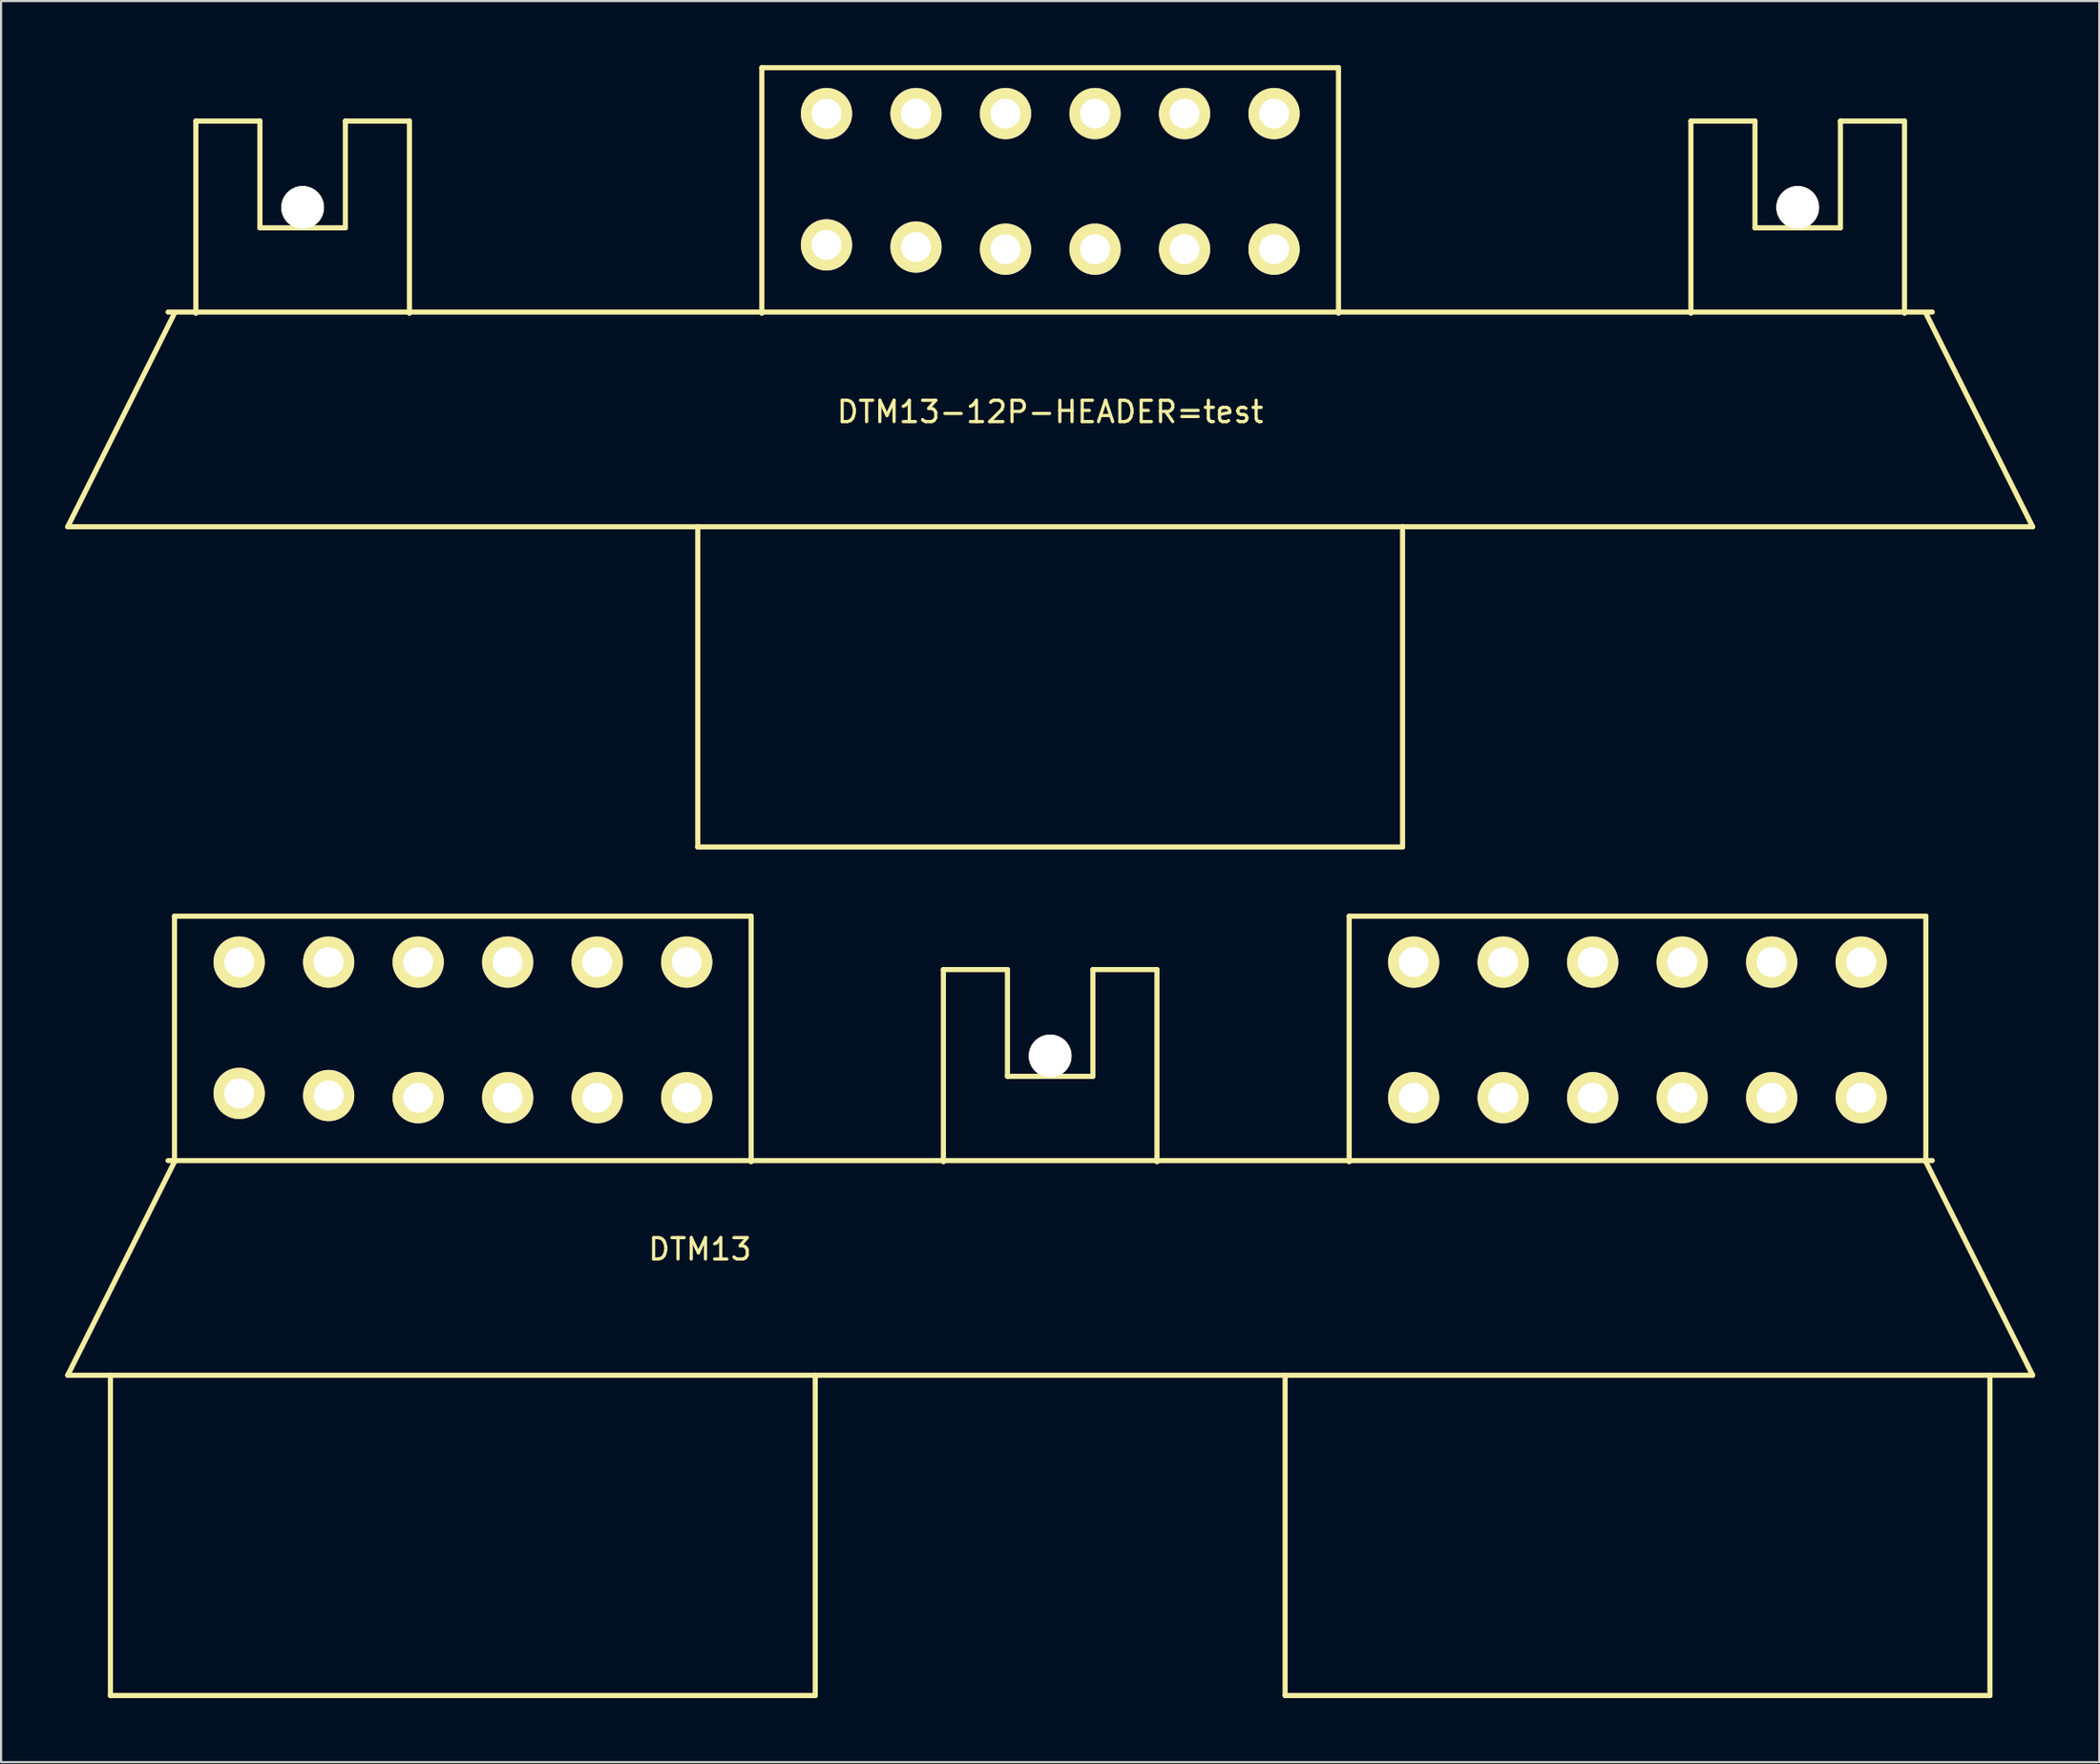
<source format=kicad_pcb>
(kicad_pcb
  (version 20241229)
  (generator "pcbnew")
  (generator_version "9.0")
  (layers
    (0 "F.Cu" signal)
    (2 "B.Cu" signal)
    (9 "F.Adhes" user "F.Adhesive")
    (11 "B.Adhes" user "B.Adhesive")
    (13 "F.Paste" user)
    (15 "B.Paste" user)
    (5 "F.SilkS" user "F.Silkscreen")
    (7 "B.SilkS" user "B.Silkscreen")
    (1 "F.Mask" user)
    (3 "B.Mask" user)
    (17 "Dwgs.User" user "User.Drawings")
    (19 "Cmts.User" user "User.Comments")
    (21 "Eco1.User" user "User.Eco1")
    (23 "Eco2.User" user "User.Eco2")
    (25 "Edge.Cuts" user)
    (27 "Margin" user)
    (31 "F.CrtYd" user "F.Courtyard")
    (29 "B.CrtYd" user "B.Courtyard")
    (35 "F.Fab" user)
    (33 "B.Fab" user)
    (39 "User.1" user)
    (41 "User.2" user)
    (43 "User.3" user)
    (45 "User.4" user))
  (footprint "DTM13"
    (layer "F.Cu")
    (at 46.12 48.36)
    (property "Reference" "DTM13" (at -16.4 7.1 0) (layer "F.SilkS") (effects (font (size 1 1) (thickness 0.15))))
    (attr through_hole)
    (fp_line (start -46 13) (end 46 13) (stroke (width 0.24) (type solid)) (layer "F.SilkS"))
    (fp_line (start -44 13) (end -44 28) (stroke (width 0.24) (type solid)) (layer "F.SilkS"))
    (fp_line (start -44 28) (end -11 28) (stroke (width 0.24) (type solid)) (layer "F.SilkS"))
    (fp_line (start -41.3 2.946) (end 41.3 2.946) (stroke (width 0.24) (type solid)) (layer "F.SilkS"))
    (fp_line (start -41 -8.5) (end -14 -8.5) (stroke (width 0.24) (type solid)) (layer "F.SilkS"))
    (fp_line (start -41 3) (end -46 13) (stroke (width 0.24) (type solid)) (layer "F.SilkS"))
    (fp_line (start -41 3) (end -41 -8.5) (stroke (width 0.24) (type solid)) (layer "F.SilkS"))
    (fp_line (start -14 -8.5) (end -14 3) (stroke (width 0.24) (type solid)) (layer "F.SilkS"))
    (fp_line (start -11 28) (end -11 13) (stroke (width 0.24) (type solid)) (layer "F.SilkS"))
    (fp_line (start -5 -6) (end -2 -6) (stroke (width 0.24) (type solid)) (layer "F.SilkS"))
    (fp_line (start -5 3) (end -5 -6) (stroke (width 0.24) (type solid)) (layer "F.SilkS"))
    (fp_line (start -2 -6) (end -2 -1) (stroke (width 0.24) (type solid)) (layer "F.SilkS"))
    (fp_line (start -2 -1) (end 2 -1) (stroke (width 0.24) (type solid)) (layer "F.SilkS"))
    (fp_line (start 2 -6) (end 5 -6) (stroke (width 0.24) (type solid)) (layer "F.SilkS"))
    (fp_line (start 2 -1) (end 2 -6) (stroke (width 0.24) (type solid)) (layer "F.SilkS"))
    (fp_line (start 5 -6) (end 5 3) (stroke (width 0.24) (type solid)) (layer "F.SilkS"))
    (fp_line (start 11 28) (end 11 13) (stroke (width 0.24) (type solid)) (layer "F.SilkS"))
    (fp_line (start 14 -8.5) (end 14 3) (stroke (width 0.24) (type solid)) (layer "F.SilkS"))
    (fp_line (start 41 -8.5) (end 14 -8.5) (stroke (width 0.24) (type solid)) (layer "F.SilkS"))
    (fp_line (start 41 3) (end 41 -8.5) (stroke (width 0.24) (type solid)) (layer "F.SilkS"))
    (fp_line (start 44 13) (end 44 28) (stroke (width 0.24) (type solid)) (layer "F.SilkS"))
    (fp_line (start 44 28) (end 11 28) (stroke (width 0.24) (type solid)) (layer "F.SilkS"))
    (fp_line (start 46 13) (end 41 3) (stroke (width 0.24) (type solid)) (layer "F.SilkS"))
    (pad "" np_thru_hole circle (at 0 -1.956) (size 2 2) (drill 2) (layers "*.Cu" "*.Mask" "F.SilkS"))
    (pad "1-1" thru_hole circle (at -17.018 0) (size 2.4 2.4) (drill 1.4) (layers "*.Cu" "*.Mask" "F.SilkS"))
    (pad "1-2" thru_hole circle (at -21.209 0) (size 2.4 2.4) (drill 1.4) (layers "*.Cu" "*.Mask" "F.SilkS"))
    (pad "1-3" thru_hole circle (at -25.4 0) (size 2.4 2.4) (drill 1.4) (layers "*.Cu" "*.Mask" "F.SilkS"))
    (pad "1-4" thru_hole circle (at -29.591 0) (size 2.4 2.4) (drill 1.4) (layers "*.Cu" "*.Mask" "F.SilkS"))
    (pad "1-5" thru_hole circle (at -33.782 -0.1) (size 2.4 2.4) (drill 1.4) (layers "*.Cu" "*.Mask" "F.SilkS"))
    (pad "1-6" thru_hole circle (at -37.973 -0.2) (size 2.4 2.4) (drill 1.4) (layers "*.Cu" "*.Mask" "F.SilkS"))
    (pad "1-7" thru_hole circle (at -37.973 -6.35) (size 2.4 2.4) (drill 1.4) (layers "*.Cu" "*.Mask" "F.SilkS"))
    (pad "1-8" thru_hole circle (at -33.782 -6.35) (size 2.4 2.4) (drill 1.4) (layers "*.Cu" "*.Mask" "F.SilkS"))
    (pad "1-9" thru_hole circle (at -29.591 -6.35) (size 2.4 2.4) (drill 1.4) (layers "*.Cu" "*.Mask" "F.SilkS"))
    (pad "1-10" thru_hole circle (at -25.4 -6.35) (size 2.4 2.4) (drill 1.4) (layers "*.Cu" "*.Mask" "F.SilkS"))
    (pad "1-11" thru_hole circle (at -21.209 -6.35) (size 2.4 2.4) (drill 1.4) (layers "*.Cu" "*.Mask" "F.SilkS"))
    (pad "1-12" thru_hole circle (at -17.018 -6.35) (size 2.4 2.4) (drill 1.4) (layers "*.Cu" "*.Mask" "F.SilkS"))
    (pad "2-1" thru_hole circle (at 17.018 -6.35) (size 2.4 2.4) (drill 1.4) (layers "*.Cu" "*.Mask" "F.SilkS"))
    (pad "2-2" thru_hole circle (at 21.209 -6.35) (size 2.4 2.4) (drill 1.4) (layers "*.Cu" "*.Mask" "F.SilkS"))
    (pad "2-3" thru_hole circle (at 25.4 -6.35) (size 2.4 2.4) (drill 1.4) (layers "*.Cu" "*.Mask" "F.SilkS"))
    (pad "2-4" thru_hole circle (at 29.591 -6.35) (size 2.4 2.4) (drill 1.4) (layers "*.Cu" "*.Mask" "F.SilkS"))
    (pad "2-5" thru_hole circle (at 33.782 -6.35) (size 2.4 2.4) (drill 1.4) (layers "*.Cu" "*.Mask" "F.SilkS"))
    (pad "2-6" thru_hole circle (at 37.973 -6.35) (size 2.4 2.4) (drill 1.4) (layers "*.Cu" "*.Mask" "F.SilkS"))
    (pad "2-7" thru_hole circle (at 37.973 0) (size 2.4 2.4) (drill 1.4) (layers "*.Cu" "*.Mask" "F.SilkS"))
    (pad "2-8" thru_hole circle (at 33.782 0) (size 2.4 2.4) (drill 1.4) (layers "*.Cu" "*.Mask" "F.SilkS"))
    (pad "2-9" thru_hole circle (at 29.591 0) (size 2.4 2.4) (drill 1.4) (layers "*.Cu" "*.Mask" "F.SilkS"))
    (pad "2-10" thru_hole circle (at 25.4 0) (size 2.4 2.4) (drill 1.4) (layers "*.Cu" "*.Mask" "F.SilkS"))
    (pad "2-11" thru_hole circle (at 21.209 0) (size 2.4 2.4) (drill 1.4) (layers "*.Cu" "*.Mask" "F.SilkS"))
    (pad "2-12" thru_hole circle (at 17.018 0) (size 2.4 2.4) (drill 1.4) (layers "*.Cu" "*.Mask" "F.SilkS")))
  (footprint "DTM13-12P-HEADER=test"
    (layer "F.Cu")
    (at 46.12 8.62)
    (property "Reference" "DTM13-12P-HEADER=test" (at 0 7.62 0) (layer "F.SilkS") (effects (font (size 1 1) (thickness 0.15))))
    (attr through_hole)
    (fp_line (start -46 13) (end 46 13) (stroke (width 0.24) (type solid)) (layer "F.SilkS"))
    (fp_line (start -41.3 2.946) (end 41.3 2.946) (stroke (width 0.24) (type solid)) (layer "F.SilkS"))
    (fp_line (start -41 3) (end -46 13) (stroke (width 0.24) (type solid)) (layer "F.SilkS"))
    (fp_line (start -40 -6) (end -37 -6) (stroke (width 0.24) (type solid)) (layer "F.SilkS"))
    (fp_line (start -40 3) (end -40 -6) (stroke (width 0.24) (type solid)) (layer "F.SilkS"))
    (fp_line (start -37 -6) (end -37 -1) (stroke (width 0.24) (type solid)) (layer "F.SilkS"))
    (fp_line (start -37 -1) (end -33 -1) (stroke (width 0.24) (type solid)) (layer "F.SilkS"))
    (fp_line (start -33 -6) (end -30 -6) (stroke (width 0.24) (type solid)) (layer "F.SilkS"))
    (fp_line (start -33 -1) (end -33 -6) (stroke (width 0.24) (type solid)) (layer "F.SilkS"))
    (fp_line (start -30 -6) (end -30 3) (stroke (width 0.24) (type solid)) (layer "F.SilkS"))
    (fp_line (start -16.5 13) (end -16.5 28) (stroke (width 0.24) (type solid)) (layer "F.SilkS"))
    (fp_line (start -16.5 28) (end 16.5 28) (stroke (width 0.24) (type solid)) (layer "F.SilkS"))
    (fp_line (start -13.5 -8.5) (end 13.5 -8.5) (stroke (width 0.24) (type solid)) (layer "F.SilkS"))
    (fp_line (start -13.5 3) (end -13.5 -8.5) (stroke (width 0.24) (type solid)) (layer "F.SilkS"))
    (fp_line (start 13.5 -8.5) (end 13.5 3) (stroke (width 0.24) (type solid)) (layer "F.SilkS"))
    (fp_line (start 16.5 28) (end 16.5 13) (stroke (width 0.24) (type solid)) (layer "F.SilkS"))
    (fp_line (start 30 -6) (end 33 -6) (stroke (width 0.24) (type solid)) (layer "F.SilkS"))
    (fp_line (start 30 3) (end 30 -6) (stroke (width 0.24) (type solid)) (layer "F.SilkS"))
    (fp_line (start 33 -6) (end 33 -1) (stroke (width 0.24) (type solid)) (layer "F.SilkS"))
    (fp_line (start 33 -1) (end 37 -1) (stroke (width 0.24) (type solid)) (layer "F.SilkS"))
    (fp_line (start 37 -6) (end 40 -6) (stroke (width 0.24) (type solid)) (layer "F.SilkS"))
    (fp_line (start 37 -1) (end 37 -6) (stroke (width 0.24) (type solid)) (layer "F.SilkS"))
    (fp_line (start 40 -6) (end 40 3) (stroke (width 0.24) (type solid)) (layer "F.SilkS"))
    (fp_line (start 46 13) (end 41 3) (stroke (width 0.24) (type solid)) (layer "F.SilkS"))
    (pad "" np_thru_hole circle (at -35 -1.956) (size 2 2) (drill 2) (layers "*.Cu" "*.Mask" "F.SilkS"))
    (pad "" np_thru_hole circle (at 35 -1.956) (size 2 2) (drill 2) (layers "*.Cu" "*.Mask" "F.SilkS"))
    (pad "1" thru_hole circle (at 10.482 0) (size 2.4 2.4) (drill 1.4) (layers "*.Cu" "*.Mask" "F.SilkS"))
    (pad "2" thru_hole circle (at 6.291 0) (size 2.4 2.4) (drill 1.4) (layers "*.Cu" "*.Mask" "F.SilkS"))
    (pad "3" thru_hole circle (at 2.1 0) (size 2.4 2.4) (drill 1.4) (layers "*.Cu" "*.Mask" "F.SilkS"))
    (pad "4" thru_hole circle (at -2.091 0) (size 2.4 2.4) (drill 1.4) (layers "*.Cu" "*.Mask" "F.SilkS"))
    (pad "5" thru_hole circle (at -6.282 -0.1) (size 2.4 2.4) (drill 1.4) (layers "*.Cu" "*.Mask" "F.SilkS"))
    (pad "6" thru_hole circle (at -10.473 -0.2) (size 2.4 2.4) (drill 1.4) (layers "*.Cu" "*.Mask" "F.SilkS"))
    (pad "7" thru_hole circle (at -10.473 -6.35) (size 2.4 2.4) (drill 1.4) (layers "*.Cu" "*.Mask" "F.SilkS"))
    (pad "8" thru_hole circle (at -6.282 -6.35) (size 2.4 2.4) (drill 1.4) (layers "*.Cu" "*.Mask" "F.SilkS"))
    (pad "9" thru_hole circle (at -2.091 -6.35) (size 2.4 2.4) (drill 1.4) (layers "*.Cu" "*.Mask" "F.SilkS"))
    (pad "10" thru_hole circle (at 2.1 -6.35) (size 2.4 2.4) (drill 1.4) (layers "*.Cu" "*.Mask" "F.SilkS"))
    (pad "11" thru_hole circle (at 6.291 -6.35) (size 2.4 2.4) (drill 1.4) (layers "*.Cu" "*.Mask" "F.SilkS"))
    (pad "12" thru_hole circle (at 10.482 -6.35) (size 2.4 2.4) (drill 1.4) (layers "*.Cu" "*.Mask" "F.SilkS")))
  (gr_rect
    (start -3 -3)
    (end 95.24 79.48)
    (stroke (width 0.1) (type default))
    (fill no)
    (layer "Edge.Cuts")))
</source>
